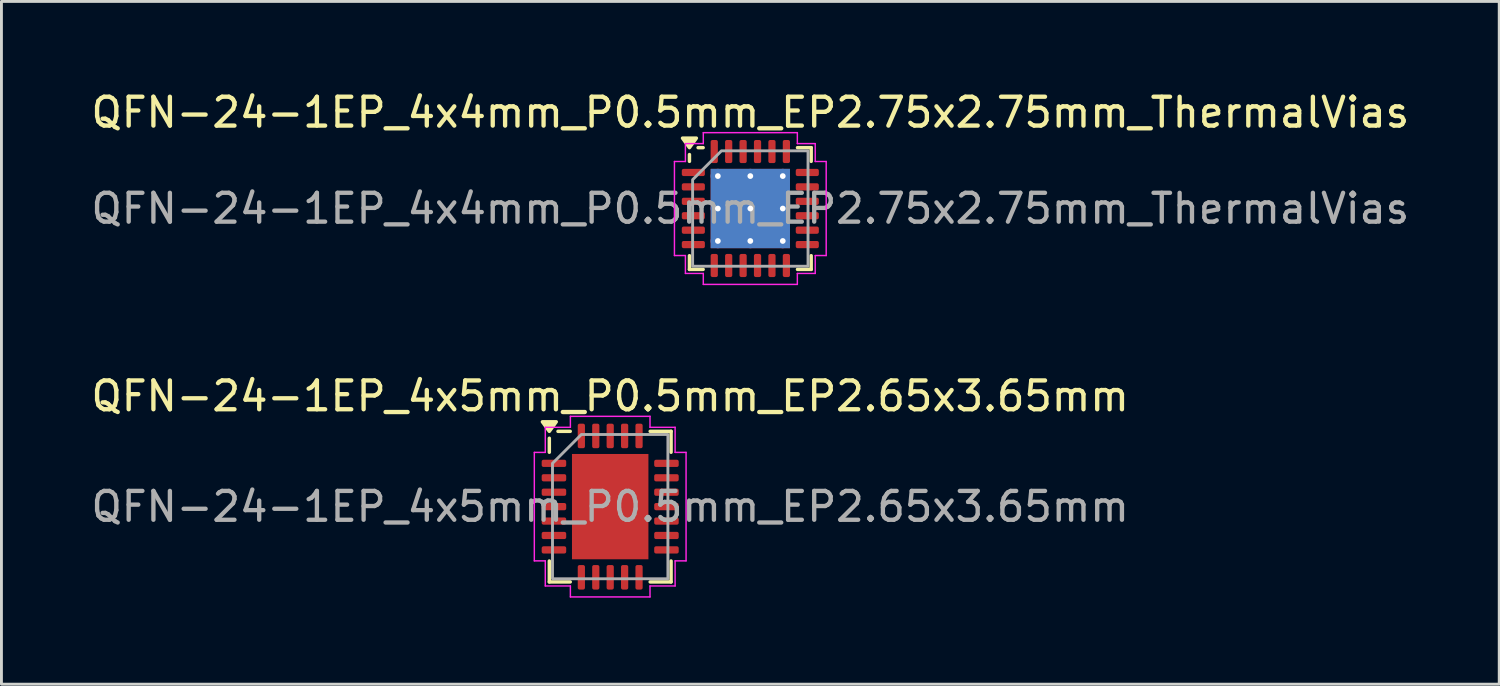
<source format=kicad_pcb>
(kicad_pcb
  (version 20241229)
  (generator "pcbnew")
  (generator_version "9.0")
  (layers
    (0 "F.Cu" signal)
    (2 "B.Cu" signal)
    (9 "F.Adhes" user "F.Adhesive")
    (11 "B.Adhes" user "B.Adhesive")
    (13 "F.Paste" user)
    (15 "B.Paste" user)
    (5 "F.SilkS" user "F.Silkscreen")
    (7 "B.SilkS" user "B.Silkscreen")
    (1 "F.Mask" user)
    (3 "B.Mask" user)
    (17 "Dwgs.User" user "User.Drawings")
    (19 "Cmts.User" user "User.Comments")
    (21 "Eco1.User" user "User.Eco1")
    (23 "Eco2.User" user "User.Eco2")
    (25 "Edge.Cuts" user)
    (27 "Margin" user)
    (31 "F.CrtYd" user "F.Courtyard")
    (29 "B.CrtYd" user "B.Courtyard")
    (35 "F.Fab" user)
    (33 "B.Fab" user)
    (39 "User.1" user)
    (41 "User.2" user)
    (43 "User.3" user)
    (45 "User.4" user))
  (footprint "QFN-24-1EP_4x4mm_P0.5mm_EP2.75x2.75mm_ThermalVias"
    (layer "F.Cu")
    (at 22.958 4.178)
    (property "Reference" "QFN-24-1EP_4x4mm_P0.5mm_EP2.75x2.75mm_ThermalVias" (at 0 -3.33 0) (layer "F.SilkS") (effects (font (size 1 1) (thickness 0.15))))
    (attr smd)
    (fp_line (start -2.11 -1.635) (end -2.11 -1.87) (stroke (width 0.12) (type solid)) (layer "F.SilkS"))
    (fp_line (start -2.11 2.11) (end -2.11 1.635) (stroke (width 0.12) (type solid)) (layer "F.SilkS"))
    (fp_line (start -1.635 -2.11) (end -1.81 -2.11) (stroke (width 0.12) (type solid)) (layer "F.SilkS"))
    (fp_line (start -1.635 2.11) (end -2.11 2.11) (stroke (width 0.12) (type solid)) (layer "F.SilkS"))
    (fp_line (start 1.635 -2.11) (end 2.11 -2.11) (stroke (width 0.12) (type solid)) (layer "F.SilkS"))
    (fp_line (start 1.635 2.11) (end 2.11 2.11) (stroke (width 0.12) (type solid)) (layer "F.SilkS"))
    (fp_line (start 2.11 -2.11) (end 2.11 -1.635) (stroke (width 0.12) (type solid)) (layer "F.SilkS"))
    (fp_line (start 2.11 2.11) (end 2.11 1.635) (stroke (width 0.12) (type solid)) (layer "F.SilkS"))
    (fp_poly (pts (xy -2.11 -2.11) (xy -2.35 -2.44) (xy -1.87 -2.44)) (stroke (width 0.12) (type solid)) (fill yes) (layer "F.SilkS"))
    (fp_line (start -2.63 -1.63) (end -2.25 -1.63) (stroke (width 0.05) (type solid)) (layer "F.CrtYd"))
    (fp_line (start -2.63 1.63) (end -2.63 -1.63) (stroke (width 0.05) (type solid)) (layer "F.CrtYd"))
    (fp_line (start -2.25 -2.25) (end -1.63 -2.25) (stroke (width 0.05) (type solid)) (layer "F.CrtYd"))
    (fp_line (start -2.25 -1.63) (end -2.25 -2.25) (stroke (width 0.05) (type solid)) (layer "F.CrtYd"))
    (fp_line (start -2.25 1.63) (end -2.63 1.63) (stroke (width 0.05) (type solid)) (layer "F.CrtYd"))
    (fp_line (start -2.25 2.25) (end -2.25 1.63) (stroke (width 0.05) (type solid)) (layer "F.CrtYd"))
    (fp_line (start -1.63 -2.63) (end 1.63 -2.63) (stroke (width 0.05) (type solid)) (layer "F.CrtYd"))
    (fp_line (start -1.63 -2.25) (end -1.63 -2.63) (stroke (width 0.05) (type solid)) (layer "F.CrtYd"))
    (fp_line (start -1.63 2.25) (end -2.25 2.25) (stroke (width 0.05) (type solid)) (layer "F.CrtYd"))
    (fp_line (start -1.63 2.63) (end -1.63 2.25) (stroke (width 0.05) (type solid)) (layer "F.CrtYd"))
    (fp_line (start 1.63 -2.63) (end 1.63 -2.25) (stroke (width 0.05) (type solid)) (layer "F.CrtYd"))
    (fp_line (start 1.63 -2.25) (end 2.25 -2.25) (stroke (width 0.05) (type solid)) (layer "F.CrtYd"))
    (fp_line (start 1.63 2.25) (end 1.63 2.63) (stroke (width 0.05) (type solid)) (layer "F.CrtYd"))
    (fp_line (start 1.63 2.63) (end -1.63 2.63) (stroke (width 0.05) (type solid)) (layer "F.CrtYd"))
    (fp_line (start 2.25 -2.25) (end 2.25 -1.63) (stroke (width 0.05) (type solid)) (layer "F.CrtYd"))
    (fp_line (start 2.25 -1.63) (end 2.63 -1.63) (stroke (width 0.05) (type solid)) (layer "F.CrtYd"))
    (fp_line (start 2.25 1.63) (end 2.25 2.25) (stroke (width 0.05) (type solid)) (layer "F.CrtYd"))
    (fp_line (start 2.25 2.25) (end 1.63 2.25) (stroke (width 0.05) (type solid)) (layer "F.CrtYd"))
    (fp_line (start 2.63 -1.63) (end 2.63 1.63) (stroke (width 0.05) (type solid)) (layer "F.CrtYd"))
    (fp_line (start 2.63 1.63) (end 2.25 1.63) (stroke (width 0.05) (type solid)) (layer "F.CrtYd"))
    (fp_poly (pts (xy -2 -1) (xy -2 2) (xy 2 2) (xy 2 -2) (xy -1 -2)) (stroke (width 0.1) (type solid)) (fill no) (layer "F.Fab"))
    (fp_text user "${REFERENCE}" (at 0 0 0) (layer "F.Fab") (effects (font (size 1 1) (thickness 0.15))))
    (pad "" smd roundrect (at -0.69 -0.69) (size 1.19 1.19) (layers "F.Paste") (roundrect_rratio 0.21))
    (pad "" smd roundrect (at -0.69 0.69) (size 1.19 1.19) (layers "F.Paste") (roundrect_rratio 0.21))
    (pad "" smd roundrect (at 0.69 -0.69) (size 1.19 1.19) (layers "F.Paste") (roundrect_rratio 0.21))
    (pad "" smd roundrect (at 0.69 0.69) (size 1.19 1.19) (layers "F.Paste") (roundrect_rratio 0.21))
    (pad "1" smd roundrect (at -1.975 -1.25) (size 0.8 0.25) (layers "F.Cu" "F.Mask" "F.Paste") (roundrect_rratio 0.25))
    (pad "2" smd roundrect (at -1.975 -0.75) (size 0.8 0.25) (layers "F.Cu" "F.Mask" "F.Paste") (roundrect_rratio 0.25))
    (pad "3" smd roundrect (at -1.975 -0.25) (size 0.8 0.25) (layers "F.Cu" "F.Mask" "F.Paste") (roundrect_rratio 0.25))
    (pad "4" smd roundrect (at -1.975 0.25) (size 0.8 0.25) (layers "F.Cu" "F.Mask" "F.Paste") (roundrect_rratio 0.25))
    (pad "5" smd roundrect (at -1.975 0.75) (size 0.8 0.25) (layers "F.Cu" "F.Mask" "F.Paste") (roundrect_rratio 0.25))
    (pad "6" smd roundrect (at -1.975 1.25) (size 0.8 0.25) (layers "F.Cu" "F.Mask" "F.Paste") (roundrect_rratio 0.25))
    (pad "7" smd roundrect (at -1.25 1.975) (size 0.25 0.8) (layers "F.Cu" "F.Mask" "F.Paste") (roundrect_rratio 0.25))
    (pad "8" smd roundrect (at -0.75 1.975) (size 0.25 0.8) (layers "F.Cu" "F.Mask" "F.Paste") (roundrect_rratio 0.25))
    (pad "9" smd roundrect (at -0.25 1.975) (size 0.25 0.8) (layers "F.Cu" "F.Mask" "F.Paste") (roundrect_rratio 0.25))
    (pad "10" smd roundrect (at 0.25 1.975) (size 0.25 0.8) (layers "F.Cu" "F.Mask" "F.Paste") (roundrect_rratio 0.25))
    (pad "11" smd roundrect (at 0.75 1.975) (size 0.25 0.8) (layers "F.Cu" "F.Mask" "F.Paste") (roundrect_rratio 0.25))
    (pad "12" smd roundrect (at 1.25 1.975) (size 0.25 0.8) (layers "F.Cu" "F.Mask" "F.Paste") (roundrect_rratio 0.25))
    (pad "13" smd roundrect (at 1.975 1.25) (size 0.8 0.25) (layers "F.Cu" "F.Mask" "F.Paste") (roundrect_rratio 0.25))
    (pad "14" smd roundrect (at 1.975 0.75) (size 0.8 0.25) (layers "F.Cu" "F.Mask" "F.Paste") (roundrect_rratio 0.25))
    (pad "15" smd roundrect (at 1.975 0.25) (size 0.8 0.25) (layers "F.Cu" "F.Mask" "F.Paste") (roundrect_rratio 0.25))
    (pad "16" smd roundrect (at 1.975 -0.25) (size 0.8 0.25) (layers "F.Cu" "F.Mask" "F.Paste") (roundrect_rratio 0.25))
    (pad "17" smd roundrect (at 1.975 -0.75) (size 0.8 0.25) (layers "F.Cu" "F.Mask" "F.Paste") (roundrect_rratio 0.25))
    (pad "18" smd roundrect (at 1.975 -1.25) (size 0.8 0.25) (layers "F.Cu" "F.Mask" "F.Paste") (roundrect_rratio 0.25))
    (pad "19" smd roundrect (at 1.25 -1.975) (size 0.25 0.8) (layers "F.Cu" "F.Mask" "F.Paste") (roundrect_rratio 0.25))
    (pad "20" smd roundrect (at 0.75 -1.975) (size 0.25 0.8) (layers "F.Cu" "F.Mask" "F.Paste") (roundrect_rratio 0.25))
    (pad "21" smd roundrect (at 0.25 -1.975) (size 0.25 0.8) (layers "F.Cu" "F.Mask" "F.Paste") (roundrect_rratio 0.25))
    (pad "22" smd roundrect (at -0.25 -1.975) (size 0.25 0.8) (layers "F.Cu" "F.Mask" "F.Paste") (roundrect_rratio 0.25))
    (pad "23" smd roundrect (at -0.75 -1.975) (size 0.25 0.8) (layers "F.Cu" "F.Mask" "F.Paste") (roundrect_rratio 0.25))
    (pad "24" smd roundrect (at -1.25 -1.975) (size 0.25 0.8) (layers "F.Cu" "F.Mask" "F.Paste") (roundrect_rratio 0.25))
    (pad "25" thru_hole circle (at -1.125 -1.125) (size 0.5 0.5) (drill 0.2) (property pad_prop_heatsink) (layers "*.Cu"))
    (pad "25" thru_hole circle (at -1.125 0) (size 0.5 0.5) (drill 0.2) (property pad_prop_heatsink) (layers "*.Cu"))
    (pad "25" thru_hole circle (at -1.125 1.125) (size 0.5 0.5) (drill 0.2) (property pad_prop_heatsink) (layers "*.Cu"))
    (pad "25" thru_hole circle (at 0 -1.125) (size 0.5 0.5) (drill 0.2) (property pad_prop_heatsink) (layers "*.Cu"))
    (pad "25" thru_hole circle (at 0 0) (size 0.5 0.5) (drill 0.2) (property pad_prop_heatsink) (layers "*.Cu"))
    (pad "25" smd rect (at 0 0) (size 2.75 2.75) (property pad_prop_heatsink) (layers "F.Cu" "F.Mask"))
    (pad "25" smd rect (at 0 0) (size 2.75 2.75) (property pad_prop_heatsink) (layers "B.Cu"))
    (pad "25" thru_hole circle (at 0 1.125) (size 0.5 0.5) (drill 0.2) (property pad_prop_heatsink) (layers "*.Cu"))
    (pad "25" thru_hole circle (at 1.125 -1.125) (size 0.5 0.5) (drill 0.2) (property pad_prop_heatsink) (layers "*.Cu"))
    (pad "25" thru_hole circle (at 1.125 0) (size 0.5 0.5) (drill 0.2) (property pad_prop_heatsink) (layers "*.Cu"))
    (pad "25" thru_hole circle (at 1.125 1.125) (size 0.5 0.5) (drill 0.2) (property pad_prop_heatsink) (layers "*.Cu")))
  (footprint "QFN-24-1EP_4x5mm_P0.5mm_EP2.65x3.65mm"
    (layer "F.Cu")
    (at 18.101 14.511)
    (property "Reference" "QFN-24-1EP_4x5mm_P0.5mm_EP2.65x3.65mm" (at 0 -3.83 0) (layer "F.SilkS") (effects (font (size 1 1) (thickness 0.15))))
    (attr smd)
    (fp_line (start -2.11 -1.885) (end -2.11 -2.37) (stroke (width 0.12) (type solid)) (layer "F.SilkS"))
    (fp_line (start -2.11 2.61) (end -2.11 1.885) (stroke (width 0.12) (type solid)) (layer "F.SilkS"))
    (fp_line (start -1.385 -2.61) (end -1.81 -2.61) (stroke (width 0.12) (type solid)) (layer "F.SilkS"))
    (fp_line (start -1.385 2.61) (end -2.11 2.61) (stroke (width 0.12) (type solid)) (layer "F.SilkS"))
    (fp_line (start 1.385 -2.61) (end 2.11 -2.61) (stroke (width 0.12) (type solid)) (layer "F.SilkS"))
    (fp_line (start 1.385 2.61) (end 2.11 2.61) (stroke (width 0.12) (type solid)) (layer "F.SilkS"))
    (fp_line (start 2.11 -2.61) (end 2.11 -1.885) (stroke (width 0.12) (type solid)) (layer "F.SilkS"))
    (fp_line (start 2.11 2.61) (end 2.11 1.885) (stroke (width 0.12) (type solid)) (layer "F.SilkS"))
    (fp_poly (pts (xy -2.11 -2.61) (xy -2.35 -2.94) (xy -1.87 -2.94)) (stroke (width 0.12) (type solid)) (fill yes) (layer "F.SilkS"))
    (fp_line (start -2.63 -1.88) (end -2.25 -1.88) (stroke (width 0.05) (type solid)) (layer "F.CrtYd"))
    (fp_line (start -2.63 1.88) (end -2.63 -1.88) (stroke (width 0.05) (type solid)) (layer "F.CrtYd"))
    (fp_line (start -2.25 -2.75) (end -1.38 -2.75) (stroke (width 0.05) (type solid)) (layer "F.CrtYd"))
    (fp_line (start -2.25 -1.88) (end -2.25 -2.75) (stroke (width 0.05) (type solid)) (layer "F.CrtYd"))
    (fp_line (start -2.25 1.88) (end -2.63 1.88) (stroke (width 0.05) (type solid)) (layer "F.CrtYd"))
    (fp_line (start -2.25 2.75) (end -2.25 1.88) (stroke (width 0.05) (type solid)) (layer "F.CrtYd"))
    (fp_line (start -1.38 -3.13) (end 1.38 -3.13) (stroke (width 0.05) (type solid)) (layer "F.CrtYd"))
    (fp_line (start -1.38 -2.75) (end -1.38 -3.13) (stroke (width 0.05) (type solid)) (layer "F.CrtYd"))
    (fp_line (start -1.38 2.75) (end -2.25 2.75) (stroke (width 0.05) (type solid)) (layer "F.CrtYd"))
    (fp_line (start -1.38 3.13) (end -1.38 2.75) (stroke (width 0.05) (type solid)) (layer "F.CrtYd"))
    (fp_line (start 1.38 -3.13) (end 1.38 -2.75) (stroke (width 0.05) (type solid)) (layer "F.CrtYd"))
    (fp_line (start 1.38 -2.75) (end 2.25 -2.75) (stroke (width 0.05) (type solid)) (layer "F.CrtYd"))
    (fp_line (start 1.38 2.75) (end 1.38 3.13) (stroke (width 0.05) (type solid)) (layer "F.CrtYd"))
    (fp_line (start 1.38 3.13) (end -1.38 3.13) (stroke (width 0.05) (type solid)) (layer "F.CrtYd"))
    (fp_line (start 2.25 -2.75) (end 2.25 -1.88) (stroke (width 0.05) (type solid)) (layer "F.CrtYd"))
    (fp_line (start 2.25 -1.88) (end 2.63 -1.88) (stroke (width 0.05) (type solid)) (layer "F.CrtYd"))
    (fp_line (start 2.25 1.88) (end 2.25 2.75) (stroke (width 0.05) (type solid)) (layer "F.CrtYd"))
    (fp_line (start 2.25 2.75) (end 1.38 2.75) (stroke (width 0.05) (type solid)) (layer "F.CrtYd"))
    (fp_line (start 2.63 -1.88) (end 2.63 1.88) (stroke (width 0.05) (type solid)) (layer "F.CrtYd"))
    (fp_line (start 2.63 1.88) (end 2.25 1.88) (stroke (width 0.05) (type solid)) (layer "F.CrtYd"))
    (fp_poly (pts (xy -2 -1.5) (xy -2 2.5) (xy 2 2.5) (xy 2 -2.5) (xy -1 -2.5)) (stroke (width 0.1) (type solid)) (fill no) (layer "F.Fab"))
    (fp_text user "${REFERENCE}" (at 0 0 0) (layer "F.Fab") (effects (font (size 1 1) (thickness 0.15))))
    (pad "" smd roundrect (at -0.66 -1.22) (size 1.07 0.98) (layers "F.Paste") (roundrect_rratio 0.25))
    (pad "" smd roundrect (at -0.66 0) (size 1.07 0.98) (layers "F.Paste") (roundrect_rratio 0.25))
    (pad "" smd roundrect (at -0.66 1.22) (size 1.07 0.98) (layers "F.Paste") (roundrect_rratio 0.25))
    (pad "" smd roundrect (at 0.66 -1.22) (size 1.07 0.98) (layers "F.Paste") (roundrect_rratio 0.25))
    (pad "" smd roundrect (at 0.66 0) (size 1.07 0.98) (layers "F.Paste") (roundrect_rratio 0.25))
    (pad "" smd roundrect (at 0.66 1.22) (size 1.07 0.98) (layers "F.Paste") (roundrect_rratio 0.25))
    (pad "1" smd roundrect (at -1.95 -1.5) (size 0.85 0.25) (layers "F.Cu" "F.Mask" "F.Paste") (roundrect_rratio 0.25))
    (pad "2" smd roundrect (at -1.95 -1) (size 0.85 0.25) (layers "F.Cu" "F.Mask" "F.Paste") (roundrect_rratio 0.25))
    (pad "3" smd roundrect (at -1.95 -0.5) (size 0.85 0.25) (layers "F.Cu" "F.Mask" "F.Paste") (roundrect_rratio 0.25))
    (pad "4" smd roundrect (at -1.95 0) (size 0.85 0.25) (layers "F.Cu" "F.Mask" "F.Paste") (roundrect_rratio 0.25))
    (pad "5" smd roundrect (at -1.95 0.5) (size 0.85 0.25) (layers "F.Cu" "F.Mask" "F.Paste") (roundrect_rratio 0.25))
    (pad "6" smd roundrect (at -1.95 1) (size 0.85 0.25) (layers "F.Cu" "F.Mask" "F.Paste") (roundrect_rratio 0.25))
    (pad "7" smd roundrect (at -1.95 1.5) (size 0.85 0.25) (layers "F.Cu" "F.Mask" "F.Paste") (roundrect_rratio 0.25))
    (pad "8" smd roundrect (at -1 2.45) (size 0.25 0.85) (layers "F.Cu" "F.Mask" "F.Paste") (roundrect_rratio 0.25))
    (pad "9" smd roundrect (at -0.5 2.45) (size 0.25 0.85) (layers "F.Cu" "F.Mask" "F.Paste") (roundrect_rratio 0.25))
    (pad "10" smd roundrect (at 0 2.45) (size 0.25 0.85) (layers "F.Cu" "F.Mask" "F.Paste") (roundrect_rratio 0.25))
    (pad "11" smd roundrect (at 0.5 2.45) (size 0.25 0.85) (layers "F.Cu" "F.Mask" "F.Paste") (roundrect_rratio 0.25))
    (pad "12" smd roundrect (at 1 2.45) (size 0.25 0.85) (layers "F.Cu" "F.Mask" "F.Paste") (roundrect_rratio 0.25))
    (pad "13" smd roundrect (at 1.95 1.5) (size 0.85 0.25) (layers "F.Cu" "F.Mask" "F.Paste") (roundrect_rratio 0.25))
    (pad "14" smd roundrect (at 1.95 1) (size 0.85 0.25) (layers "F.Cu" "F.Mask" "F.Paste") (roundrect_rratio 0.25))
    (pad "15" smd roundrect (at 1.95 0.5) (size 0.85 0.25) (layers "F.Cu" "F.Mask" "F.Paste") (roundrect_rratio 0.25))
    (pad "16" smd roundrect (at 1.95 0) (size 0.85 0.25) (layers "F.Cu" "F.Mask" "F.Paste") (roundrect_rratio 0.25))
    (pad "17" smd roundrect (at 1.95 -0.5) (size 0.85 0.25) (layers "F.Cu" "F.Mask" "F.Paste") (roundrect_rratio 0.25))
    (pad "18" smd roundrect (at 1.95 -1) (size 0.85 0.25) (layers "F.Cu" "F.Mask" "F.Paste") (roundrect_rratio 0.25))
    (pad "19" smd roundrect (at 1.95 -1.5) (size 0.85 0.25) (layers "F.Cu" "F.Mask" "F.Paste") (roundrect_rratio 0.25))
    (pad "20" smd roundrect (at 1 -2.45) (size 0.25 0.85) (layers "F.Cu" "F.Mask" "F.Paste") (roundrect_rratio 0.25))
    (pad "21" smd roundrect (at 0.5 -2.45) (size 0.25 0.85) (layers "F.Cu" "F.Mask" "F.Paste") (roundrect_rratio 0.25))
    (pad "22" smd roundrect (at 0 -2.45) (size 0.25 0.85) (layers "F.Cu" "F.Mask" "F.Paste") (roundrect_rratio 0.25))
    (pad "23" smd roundrect (at -0.5 -2.45) (size 0.25 0.85) (layers "F.Cu" "F.Mask" "F.Paste") (roundrect_rratio 0.25))
    (pad "24" smd roundrect (at -1 -2.45) (size 0.25 0.85) (layers "F.Cu" "F.Mask" "F.Paste") (roundrect_rratio 0.25))
    (pad "25" smd rect (at 0 0) (size 2.65 3.65) (property pad_prop_heatsink) (layers "F.Cu" "F.Mask")))
  (gr_rect
    (start -3 -3)
    (end 48.917 20.666)
    (stroke (width 0.1) (type default))
    (fill no)
    (layer "Edge.Cuts")))
</source>
